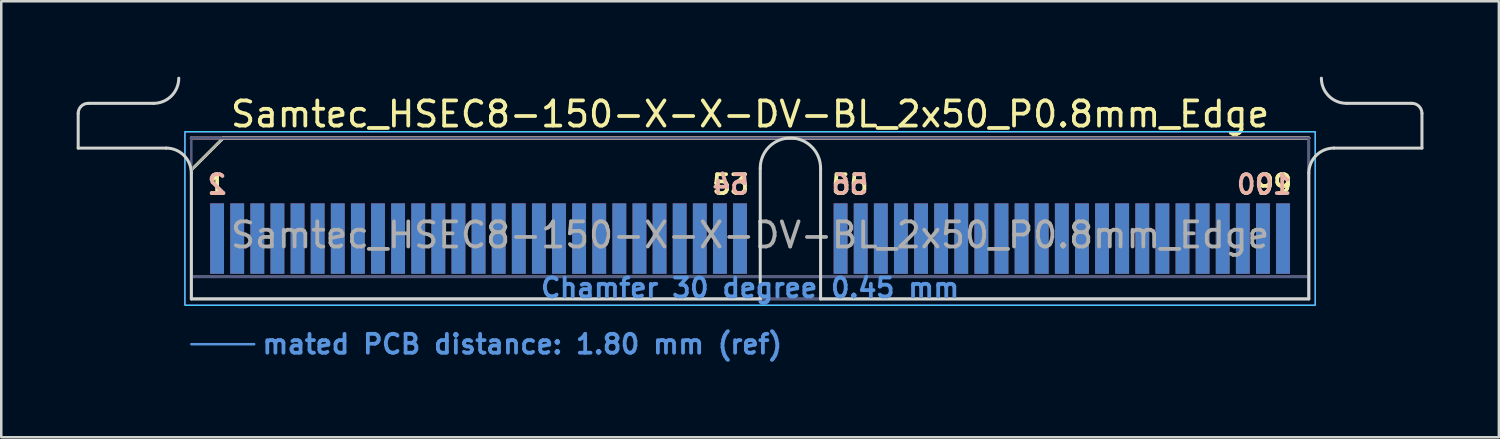
<source format=kicad_pcb>
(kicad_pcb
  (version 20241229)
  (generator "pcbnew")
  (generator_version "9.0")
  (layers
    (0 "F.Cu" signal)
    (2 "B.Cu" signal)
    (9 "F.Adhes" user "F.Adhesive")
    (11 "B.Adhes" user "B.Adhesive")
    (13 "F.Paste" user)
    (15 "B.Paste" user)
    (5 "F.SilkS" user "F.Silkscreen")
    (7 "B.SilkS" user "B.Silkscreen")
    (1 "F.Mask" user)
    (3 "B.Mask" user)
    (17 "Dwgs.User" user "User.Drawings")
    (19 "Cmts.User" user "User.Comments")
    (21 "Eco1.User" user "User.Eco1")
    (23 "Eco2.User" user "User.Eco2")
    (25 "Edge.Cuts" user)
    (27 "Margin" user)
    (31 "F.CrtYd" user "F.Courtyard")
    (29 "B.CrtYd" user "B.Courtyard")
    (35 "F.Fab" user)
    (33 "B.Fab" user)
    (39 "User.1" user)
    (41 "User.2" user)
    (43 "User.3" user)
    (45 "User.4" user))
  (footprint "Samtec_HSEC8-150-X-X-DV-BL_2x50_P0.8mm_Edge"
    (layer "F.Cu")
    (at 26.785 8.84)
    (property "Reference" "Samtec_HSEC8-150-X-X-DV-BL_2x50_P0.8mm_Edge" (at 0 -7.35 0) (layer "F.SilkS") (effects (font (size 1 1) (thickness 0.15))))
    (attr exclude_from_pos_files exclude_from_bom)
    (fp_line (start -22.225 -5.13) (end -20.955 -6.4) (stroke (width 0.12) (type solid)) (layer "F.SilkS"))
    (fp_line (start -20.955 -6.4) (end 22.225 -6.4) (stroke (width 0.12) (type solid)) (layer "F.SilkS"))
    (fp_line (start -22.225 -6.4) (end -22.225 -6.4) (stroke (width 0.12) (type solid)) (layer "B.SilkS"))
    (fp_line (start -22.225 -6.4) (end 22.225 -6.4) (stroke (width 0.12) (type solid)) (layer "B.SilkS"))
    (fp_line (start -22.225 1.8) (end -19.725 1.8) (stroke (width 0.1) (type solid)) (layer "Cmts.User"))
    (fp_line (start -26.725 -6) (end -26.725 -7.38) (stroke (width 0.12) (type solid)) (layer "Edge.Cuts"))
    (fp_line (start -26.325 -7.78) (end -23.725 -7.78) (stroke (width 0.12) (type solid)) (layer "Edge.Cuts"))
    (fp_line (start -23.225 -6) (end -26.725 -6) (stroke (width 0.12) (type solid)) (layer "Edge.Cuts"))
    (fp_line (start -22.225 -5) (end -22.225 0) (stroke (width 0.12) (type solid)) (layer "Edge.Cuts"))
    (fp_line (start -22.225 0) (end 0.405 0) (stroke (width 0.12) (type solid)) (layer "Edge.Cuts"))
    (fp_line (start 0.405 0) (end 0.405 -5.2) (stroke (width 0.12) (type solid)) (layer "Edge.Cuts"))
    (fp_line (start 2.805 -5.2) (end 2.805 0) (stroke (width 0.12) (type solid)) (layer "Edge.Cuts"))
    (fp_line (start 2.805 0) (end 22.225 0) (stroke (width 0.12) (type solid)) (layer "Edge.Cuts"))
    (fp_line (start 22.225 0) (end 22.225 -5) (stroke (width 0.12) (type solid)) (layer "Edge.Cuts"))
    (fp_line (start 23.225 -6) (end 26.725 -6) (stroke (width 0.12) (type solid)) (layer "Edge.Cuts"))
    (fp_line (start 26.325 -7.78) (end 23.725 -7.78) (stroke (width 0.12) (type solid)) (layer "Edge.Cuts"))
    (fp_line (start 26.725 -6) (end 26.725 -7.38) (stroke (width 0.12) (type solid)) (layer "Edge.Cuts"))
    (fp_arc (start -26.725 -7.38) (mid -26.607843 -7.662843) (end -26.325 -7.78) (stroke (width 0.12) (type solid)) (layer "Edge.Cuts"))
    (fp_arc (start -23.225 -6) (mid -22.517893 -5.707107) (end -22.225 -5) (stroke (width 0.12) (type solid)) (layer "Edge.Cuts"))
    (fp_arc (start -22.725 -8.78) (mid -23.017893 -8.072893) (end -23.725 -7.78) (stroke (width 0.12) (type solid)) (layer "Edge.Cuts"))
    (fp_arc (start 0.405 -5.2) (mid 1.605 -6.4) (end 2.805 -5.2) (stroke (width 0.12) (type solid)) (layer "Edge.Cuts"))
    (fp_arc (start 22.225 -5) (mid 22.517893 -5.707107) (end 23.225 -6) (stroke (width 0.12) (type solid)) (layer "Edge.Cuts"))
    (fp_arc (start 23.725 -7.78) (mid 23.017893 -8.072893) (end 22.725 -8.78) (stroke (width 0.12) (type solid)) (layer "Edge.Cuts"))
    (fp_arc (start 26.325 -7.78) (mid 26.607843 -7.662843) (end 26.725 -7.38) (stroke (width 0.12) (type solid)) (layer "Edge.Cuts"))
    (fp_rect (start -22.48 -6.65) (end 22.48 0.25) (stroke (width 0.05) (type solid)) (fill no) (layer "B.CrtYd"))
    (fp_rect (start -22.48 -6.65) (end 22.48 0.25) (stroke (width 0.05) (type solid)) (fill no) (layer "F.CrtYd"))
    (fp_line (start -22.225 -6.4) (end -22.225 -6.4) (stroke (width 0.1) (type solid)) (layer "B.Fab"))
    (fp_line (start -22.225 -6.4) (end -22.225 0) (stroke (width 0.1) (type solid)) (layer "B.Fab"))
    (fp_line (start -22.225 -6.4) (end 22.225 -6.4) (stroke (width 0.1) (type solid)) (layer "B.Fab"))
    (fp_line (start -22.225 -0.88) (end 22.225 -0.88) (stroke (width 0.1) (type solid)) (layer "B.Fab"))
    (fp_line (start -22.225 0) (end 22.225 0) (stroke (width 0.1) (type solid)) (layer "B.Fab"))
    (fp_line (start 22.225 -6.4) (end 22.225 0) (stroke (width 0.1) (type solid)) (layer "B.Fab"))
    (fp_line (start -22.225 -5.13) (end -22.225 0) (stroke (width 0.1) (type solid)) (layer "F.Fab"))
    (fp_line (start -22.225 -5.13) (end -20.955 -6.4) (stroke (width 0.1) (type solid)) (layer "F.Fab"))
    (fp_line (start -22.225 -0.88) (end 22.225 -0.88) (stroke (width 0.1) (type solid)) (layer "F.Fab"))
    (fp_line (start -22.225 0) (end 22.225 0) (stroke (width 0.1) (type solid)) (layer "F.Fab"))
    (fp_line (start -20.955 -6.4) (end 22.225 -6.4) (stroke (width 0.1) (type solid)) (layer "F.Fab"))
    (fp_line (start 22.225 -6.4) (end 22.225 0) (stroke (width 0.1) (type solid)) (layer "F.Fab"))
    (fp_text user "99" (at 20.825 -4.55 0) (layer "F.SilkS") (effects (font (size 0.75 0.75) (thickness 0.15))))
    (fp_text user "53" (at -0.775 -4.55 0) (layer "F.SilkS") (effects (font (size 0.75 0.75) (thickness 0.15))))
    (fp_text user "55" (at 3.975 -4.55 0) (layer "F.SilkS") (effects (font (size 0.75 0.75) (thickness 0.15))))
    (fp_text user "1" (at -21.2 -4.55 0) (layer "F.SilkS") (effects (font (size 0.75 0.75) (thickness 0.15))))
    (fp_text user "56" (at 3.975 -4.55 0) (layer "B.SilkS") (effects (font (size 0.75 0.75) (thickness 0.15)) (justify mirror)))
    (fp_text user "2" (at -21.2 -4.55 0) (layer "B.SilkS") (effects (font (size 0.75 0.75) (thickness 0.15)) (justify mirror)))
    (fp_text user "100" (at 20.45 -4.55 0) (layer "B.SilkS") (effects (font (size 0.75 0.75) (thickness 0.15)) (justify mirror)))
    (fp_text user "54" (at -0.775 -4.55 0) (layer "B.SilkS") (effects (font (size 0.75 0.75) (thickness 0.15)) (justify mirror)))
    (fp_text user "mated PCB distance: 1.80 mm (ref)" (at -19.48 1.8 0) (layer "Cmts.User") (effects (font (size 0.75 0.75) (thickness 0.15)) (justify left)))
    (fp_text user "Chamfer 30 degree 0.45 mm" (at 0 -0.44 0) (layer "Cmts.User") (effects (font (size 0.75 0.75) (thickness 0.15))))
    (fp_text user "${REFERENCE}" (at 0 -2.54 0) (layer "F.Fab") (effects (font (size 1 1) (thickness 0.15))))
    (pad "1" connect rect (at -21.2 -2.4) (size 0.55 2.8) (layers "F.Cu" "F.Mask"))
    (pad "2" connect rect (at -21.2 -2.4) (size 0.55 2.8) (layers "B.Cu" "B.Mask"))
    (pad "3" connect rect (at -20.4 -2.4) (size 0.55 2.8) (layers "F.Cu" "F.Mask"))
    (pad "4" connect rect (at -20.4 -2.4) (size 0.55 2.8) (layers "B.Cu" "B.Mask"))
    (pad "5" connect rect (at -19.6 -2.4) (size 0.55 2.8) (layers "F.Cu" "F.Mask"))
    (pad "6" connect rect (at -19.6 -2.4) (size 0.55 2.8) (layers "B.Cu" "B.Mask"))
    (pad "7" connect rect (at -18.8 -2.4) (size 0.55 2.8) (layers "F.Cu" "F.Mask"))
    (pad "8" connect rect (at -18.8 -2.4) (size 0.55 2.8) (layers "B.Cu" "B.Mask"))
    (pad "9" connect rect (at -18 -2.4) (size 0.55 2.8) (layers "F.Cu" "F.Mask"))
    (pad "10" connect rect (at -18 -2.4) (size 0.55 2.8) (layers "B.Cu" "B.Mask"))
    (pad "11" connect rect (at -17.2 -2.4) (size 0.55 2.8) (layers "F.Cu" "F.Mask"))
    (pad "12" connect rect (at -17.2 -2.4) (size 0.55 2.8) (layers "B.Cu" "B.Mask"))
    (pad "13" connect rect (at -16.4 -2.4) (size 0.55 2.8) (layers "F.Cu" "F.Mask"))
    (pad "14" connect rect (at -16.4 -2.4) (size 0.55 2.8) (layers "B.Cu" "B.Mask"))
    (pad "15" connect rect (at -15.6 -2.4) (size 0.55 2.8) (layers "F.Cu" "F.Mask"))
    (pad "16" connect rect (at -15.6 -2.4) (size 0.55 2.8) (layers "B.Cu" "B.Mask"))
    (pad "17" connect rect (at -14.8 -2.4) (size 0.55 2.8) (layers "F.Cu" "F.Mask"))
    (pad "18" connect rect (at -14.8 -2.4) (size 0.55 2.8) (layers "B.Cu" "B.Mask"))
    (pad "19" connect rect (at -14 -2.4) (size 0.55 2.8) (layers "F.Cu" "F.Mask"))
    (pad "20" connect rect (at -14 -2.4) (size 0.55 2.8) (layers "B.Cu" "B.Mask"))
    (pad "21" connect rect (at -13.2 -2.4) (size 0.55 2.8) (layers "F.Cu" "F.Mask"))
    (pad "22" connect rect (at -13.2 -2.4) (size 0.55 2.8) (layers "B.Cu" "B.Mask"))
    (pad "23" connect rect (at -12.4 -2.4) (size 0.55 2.8) (layers "F.Cu" "F.Mask"))
    (pad "24" connect rect (at -12.4 -2.4) (size 0.55 2.8) (layers "B.Cu" "B.Mask"))
    (pad "25" connect rect (at -11.6 -2.4) (size 0.55 2.8) (layers "F.Cu" "F.Mask"))
    (pad "26" connect rect (at -11.6 -2.4) (size 0.55 2.8) (layers "B.Cu" "B.Mask"))
    (pad "27" connect rect (at -10.8 -2.4) (size 0.55 2.8) (layers "F.Cu" "F.Mask"))
    (pad "28" connect rect (at -10.8 -2.4) (size 0.55 2.8) (layers "B.Cu" "B.Mask"))
    (pad "29" connect rect (at -10 -2.4) (size 0.55 2.8) (layers "F.Cu" "F.Mask"))
    (pad "30" connect rect (at -10 -2.4) (size 0.55 2.8) (layers "B.Cu" "B.Mask"))
    (pad "31" connect rect (at -9.2 -2.4) (size 0.55 2.8) (layers "F.Cu" "F.Mask"))
    (pad "32" connect rect (at -9.2 -2.4) (size 0.55 2.8) (layers "B.Cu" "B.Mask"))
    (pad "33" connect rect (at -8.4 -2.4) (size 0.55 2.8) (layers "F.Cu" "F.Mask"))
    (pad "34" connect rect (at -8.4 -2.4) (size 0.55 2.8) (layers "B.Cu" "B.Mask"))
    (pad "35" connect rect (at -7.6 -2.4) (size 0.55 2.8) (layers "F.Cu" "F.Mask"))
    (pad "36" connect rect (at -7.6 -2.4) (size 0.55 2.8) (layers "B.Cu" "B.Mask"))
    (pad "37" connect rect (at -6.8 -2.4) (size 0.55 2.8) (layers "F.Cu" "F.Mask"))
    (pad "38" connect rect (at -6.8 -2.4) (size 0.55 2.8) (layers "B.Cu" "B.Mask"))
    (pad "39" connect rect (at -6 -2.4) (size 0.55 2.8) (layers "F.Cu" "F.Mask"))
    (pad "40" connect rect (at -6 -2.4) (size 0.55 2.8) (layers "B.Cu" "B.Mask"))
    (pad "41" connect rect (at -5.2 -2.4) (size 0.55 2.8) (layers "F.Cu" "F.Mask"))
    (pad "42" connect rect (at -5.2 -2.4) (size 0.55 2.8) (layers "B.Cu" "B.Mask"))
    (pad "43" connect rect (at -4.4 -2.4) (size 0.55 2.8) (layers "F.Cu" "F.Mask"))
    (pad "44" connect rect (at -4.4 -2.4) (size 0.55 2.8) (layers "B.Cu" "B.Mask"))
    (pad "45" connect rect (at -3.6 -2.4) (size 0.55 2.8) (layers "F.Cu" "F.Mask"))
    (pad "46" connect rect (at -3.6 -2.4) (size 0.55 2.8) (layers "B.Cu" "B.Mask"))
    (pad "47" connect rect (at -2.8 -2.4) (size 0.55 2.8) (layers "F.Cu" "F.Mask"))
    (pad "48" connect rect (at -2.8 -2.4) (size 0.55 2.8) (layers "B.Cu" "B.Mask"))
    (pad "49" connect rect (at -2 -2.4) (size 0.55 2.8) (layers "F.Cu" "F.Mask"))
    (pad "50" connect rect (at -2 -2.4) (size 0.55 2.8) (layers "B.Cu" "B.Mask"))
    (pad "51" connect rect (at -1.2 -2.4) (size 0.55 2.8) (layers "F.Cu" "F.Mask"))
    (pad "52" connect rect (at -1.2 -2.4) (size 0.55 2.8) (layers "B.Cu" "B.Mask"))
    (pad "53" connect rect (at -0.4 -2.4) (size 0.55 2.8) (layers "F.Cu" "F.Mask"))
    (pad "54" connect rect (at -0.4 -2.4) (size 0.55 2.8) (layers "B.Cu" "B.Mask"))
    (pad "55" connect rect (at 3.6 -2.4) (size 0.55 2.8) (layers "F.Cu" "F.Mask"))
    (pad "56" connect rect (at 3.6 -2.4) (size 0.55 2.8) (layers "B.Cu" "B.Mask"))
    (pad "57" connect rect (at 4.4 -2.4) (size 0.55 2.8) (layers "F.Cu" "F.Mask"))
    (pad "58" connect rect (at 4.4 -2.4) (size 0.55 2.8) (layers "B.Cu" "B.Mask"))
    (pad "59" connect rect (at 5.2 -2.4) (size 0.55 2.8) (layers "F.Cu" "F.Mask"))
    (pad "60" connect rect (at 5.2 -2.4) (size 0.55 2.8) (layers "B.Cu" "B.Mask"))
    (pad "61" connect rect (at 6 -2.4) (size 0.55 2.8) (layers "F.Cu" "F.Mask"))
    (pad "62" connect rect (at 6 -2.4) (size 0.55 2.8) (layers "B.Cu" "B.Mask"))
    (pad "63" connect rect (at 6.8 -2.4) (size 0.55 2.8) (layers "F.Cu" "F.Mask"))
    (pad "64" connect rect (at 6.8 -2.4) (size 0.55 2.8) (layers "B.Cu" "B.Mask"))
    (pad "65" connect rect (at 7.6 -2.4) (size 0.55 2.8) (layers "F.Cu" "F.Mask"))
    (pad "66" connect rect (at 7.6 -2.4) (size 0.55 2.8) (layers "B.Cu" "B.Mask"))
    (pad "67" connect rect (at 8.4 -2.4) (size 0.55 2.8) (layers "F.Cu" "F.Mask"))
    (pad "68" connect rect (at 8.4 -2.4) (size 0.55 2.8) (layers "B.Cu" "B.Mask"))
    (pad "69" connect rect (at 9.2 -2.4) (size 0.55 2.8) (layers "F.Cu" "F.Mask"))
    (pad "70" connect rect (at 9.2 -2.4) (size 0.55 2.8) (layers "B.Cu" "B.Mask"))
    (pad "71" connect rect (at 10 -2.4) (size 0.55 2.8) (layers "F.Cu" "F.Mask"))
    (pad "72" connect rect (at 10 -2.4) (size 0.55 2.8) (layers "B.Cu" "B.Mask"))
    (pad "73" connect rect (at 10.8 -2.4) (size 0.55 2.8) (layers "F.Cu" "F.Mask"))
    (pad "74" connect rect (at 10.8 -2.4) (size 0.55 2.8) (layers "B.Cu" "B.Mask"))
    (pad "75" connect rect (at 11.6 -2.4) (size 0.55 2.8) (layers "F.Cu" "F.Mask"))
    (pad "76" connect rect (at 11.6 -2.4) (size 0.55 2.8) (layers "B.Cu" "B.Mask"))
    (pad "77" connect rect (at 12.4 -2.4) (size 0.55 2.8) (layers "F.Cu" "F.Mask"))
    (pad "78" connect rect (at 12.4 -2.4) (size 0.55 2.8) (layers "B.Cu" "B.Mask"))
    (pad "79" connect rect (at 13.2 -2.4) (size 0.55 2.8) (layers "F.Cu" "F.Mask"))
    (pad "80" connect rect (at 13.2 -2.4) (size 0.55 2.8) (layers "B.Cu" "B.Mask"))
    (pad "81" connect rect (at 14 -2.4) (size 0.55 2.8) (layers "F.Cu" "F.Mask"))
    (pad "82" connect rect (at 14 -2.4) (size 0.55 2.8) (layers "B.Cu" "B.Mask"))
    (pad "83" connect rect (at 14.8 -2.4) (size 0.55 2.8) (layers "F.Cu" "F.Mask"))
    (pad "84" connect rect (at 14.8 -2.4) (size 0.55 2.8) (layers "B.Cu" "B.Mask"))
    (pad "85" connect rect (at 15.6 -2.4) (size 0.55 2.8) (layers "F.Cu" "F.Mask"))
    (pad "86" connect rect (at 15.6 -2.4) (size 0.55 2.8) (layers "B.Cu" "B.Mask"))
    (pad "87" connect rect (at 16.4 -2.4) (size 0.55 2.8) (layers "F.Cu" "F.Mask"))
    (pad "88" connect rect (at 16.4 -2.4) (size 0.55 2.8) (layers "B.Cu" "B.Mask"))
    (pad "89" connect rect (at 17.2 -2.4) (size 0.55 2.8) (layers "F.Cu" "F.Mask"))
    (pad "90" connect rect (at 17.2 -2.4) (size 0.55 2.8) (layers "B.Cu" "B.Mask"))
    (pad "91" connect rect (at 18 -2.4) (size 0.55 2.8) (layers "F.Cu" "F.Mask"))
    (pad "92" connect rect (at 18 -2.4) (size 0.55 2.8) (layers "B.Cu" "B.Mask"))
    (pad "93" connect rect (at 18.8 -2.4) (size 0.55 2.8) (layers "F.Cu" "F.Mask"))
    (pad "94" connect rect (at 18.8 -2.4) (size 0.55 2.8) (layers "B.Cu" "B.Mask"))
    (pad "95" connect rect (at 19.6 -2.4) (size 0.55 2.8) (layers "F.Cu" "F.Mask"))
    (pad "96" connect rect (at 19.6 -2.4) (size 0.55 2.8) (layers "B.Cu" "B.Mask"))
    (pad "97" connect rect (at 20.4 -2.4) (size 0.55 2.8) (layers "F.Cu" "F.Mask"))
    (pad "98" connect rect (at 20.4 -2.4) (size 0.55 2.8) (layers "B.Cu" "B.Mask"))
    (pad "99" connect rect (at 21.2 -2.4) (size 0.55 2.8) (layers "F.Cu" "F.Mask"))
    (pad "100" connect rect (at 21.2 -2.4) (size 0.55 2.8) (layers "B.Cu" "B.Mask")))
  (gr_rect
    (start -3 -3)
    (end 56.57 14.342)
    (stroke (width 0.1) (type default))
    (fill no)
    (layer "Edge.Cuts")))
</source>
